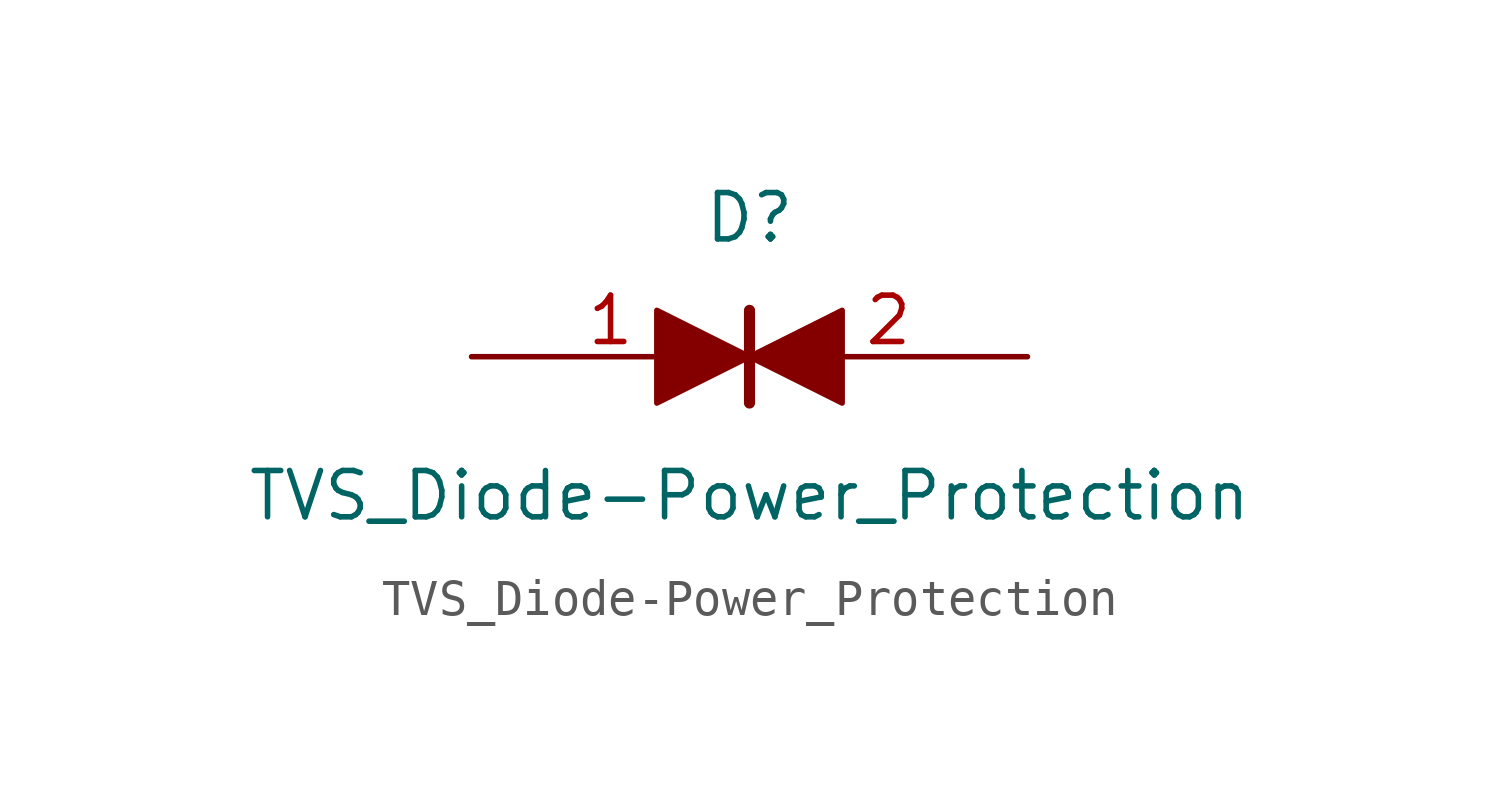
<source format=kicad_sym>
(kicad_symbol_lib
  (version 20211014)
  (generator kicad_symbol_editor)
  (symbol "TVS_Diode-Power_Protection"
    (pin_names
      (offset 1.016))
    (property "Reference" "D"
      (at 0 3.81 0)
      (effects (font (size 1.27 1.27))))
    (property "Value" "TVS_Diode-Power_Protection"
      (at 0 -3.81 0)
      (effects (font (size 1.27 1.27))))
    (property "Footprint" ""
      (at 0 0 0)
      (effects (font (size 1.27 1.27))))
    (property "Datasheet" ""
      (at 0 0 0)
      (effects (font (size 1.27 1.27))))
    (symbol "TVS_Diode-Power_Protection_0_1"
      (polyline (pts (xy 0 1.27) (xy 0 -1.27)) (stroke (width 0.305) (type default) (color 0 0 0 0)) (fill (type none)))
      (polyline (pts (xy -2.54 1.27) (xy -2.54 -1.27) (xy 0 0) (xy -2.54 1.27)) (stroke (width 0) (type default) (color 0 0 0 0)) (fill (type outline)))
      (polyline (pts (xy 0 0) (xy 2.54 1.27) (xy 2.54 -1.27) (xy 0 0)) (stroke (width 0) (type default) (color 0 0 0 0)) (fill (type outline))))
    (symbol "TVS_Diode-Power_Protection_1_1"
      (pin passive line (at -7.62 0 0) (length 7.62) (name "~" (effects (font (size 1.27 1.27)))) (number "1" (effects (font (size 1.27 1.27)))))
      (pin passive line (at 7.62 0 180) (length 7.62) (name "~" (effects (font (size 1.27 1.27)))) (number "2" (effects (font (size 1.27 1.27))))))))
</source>
